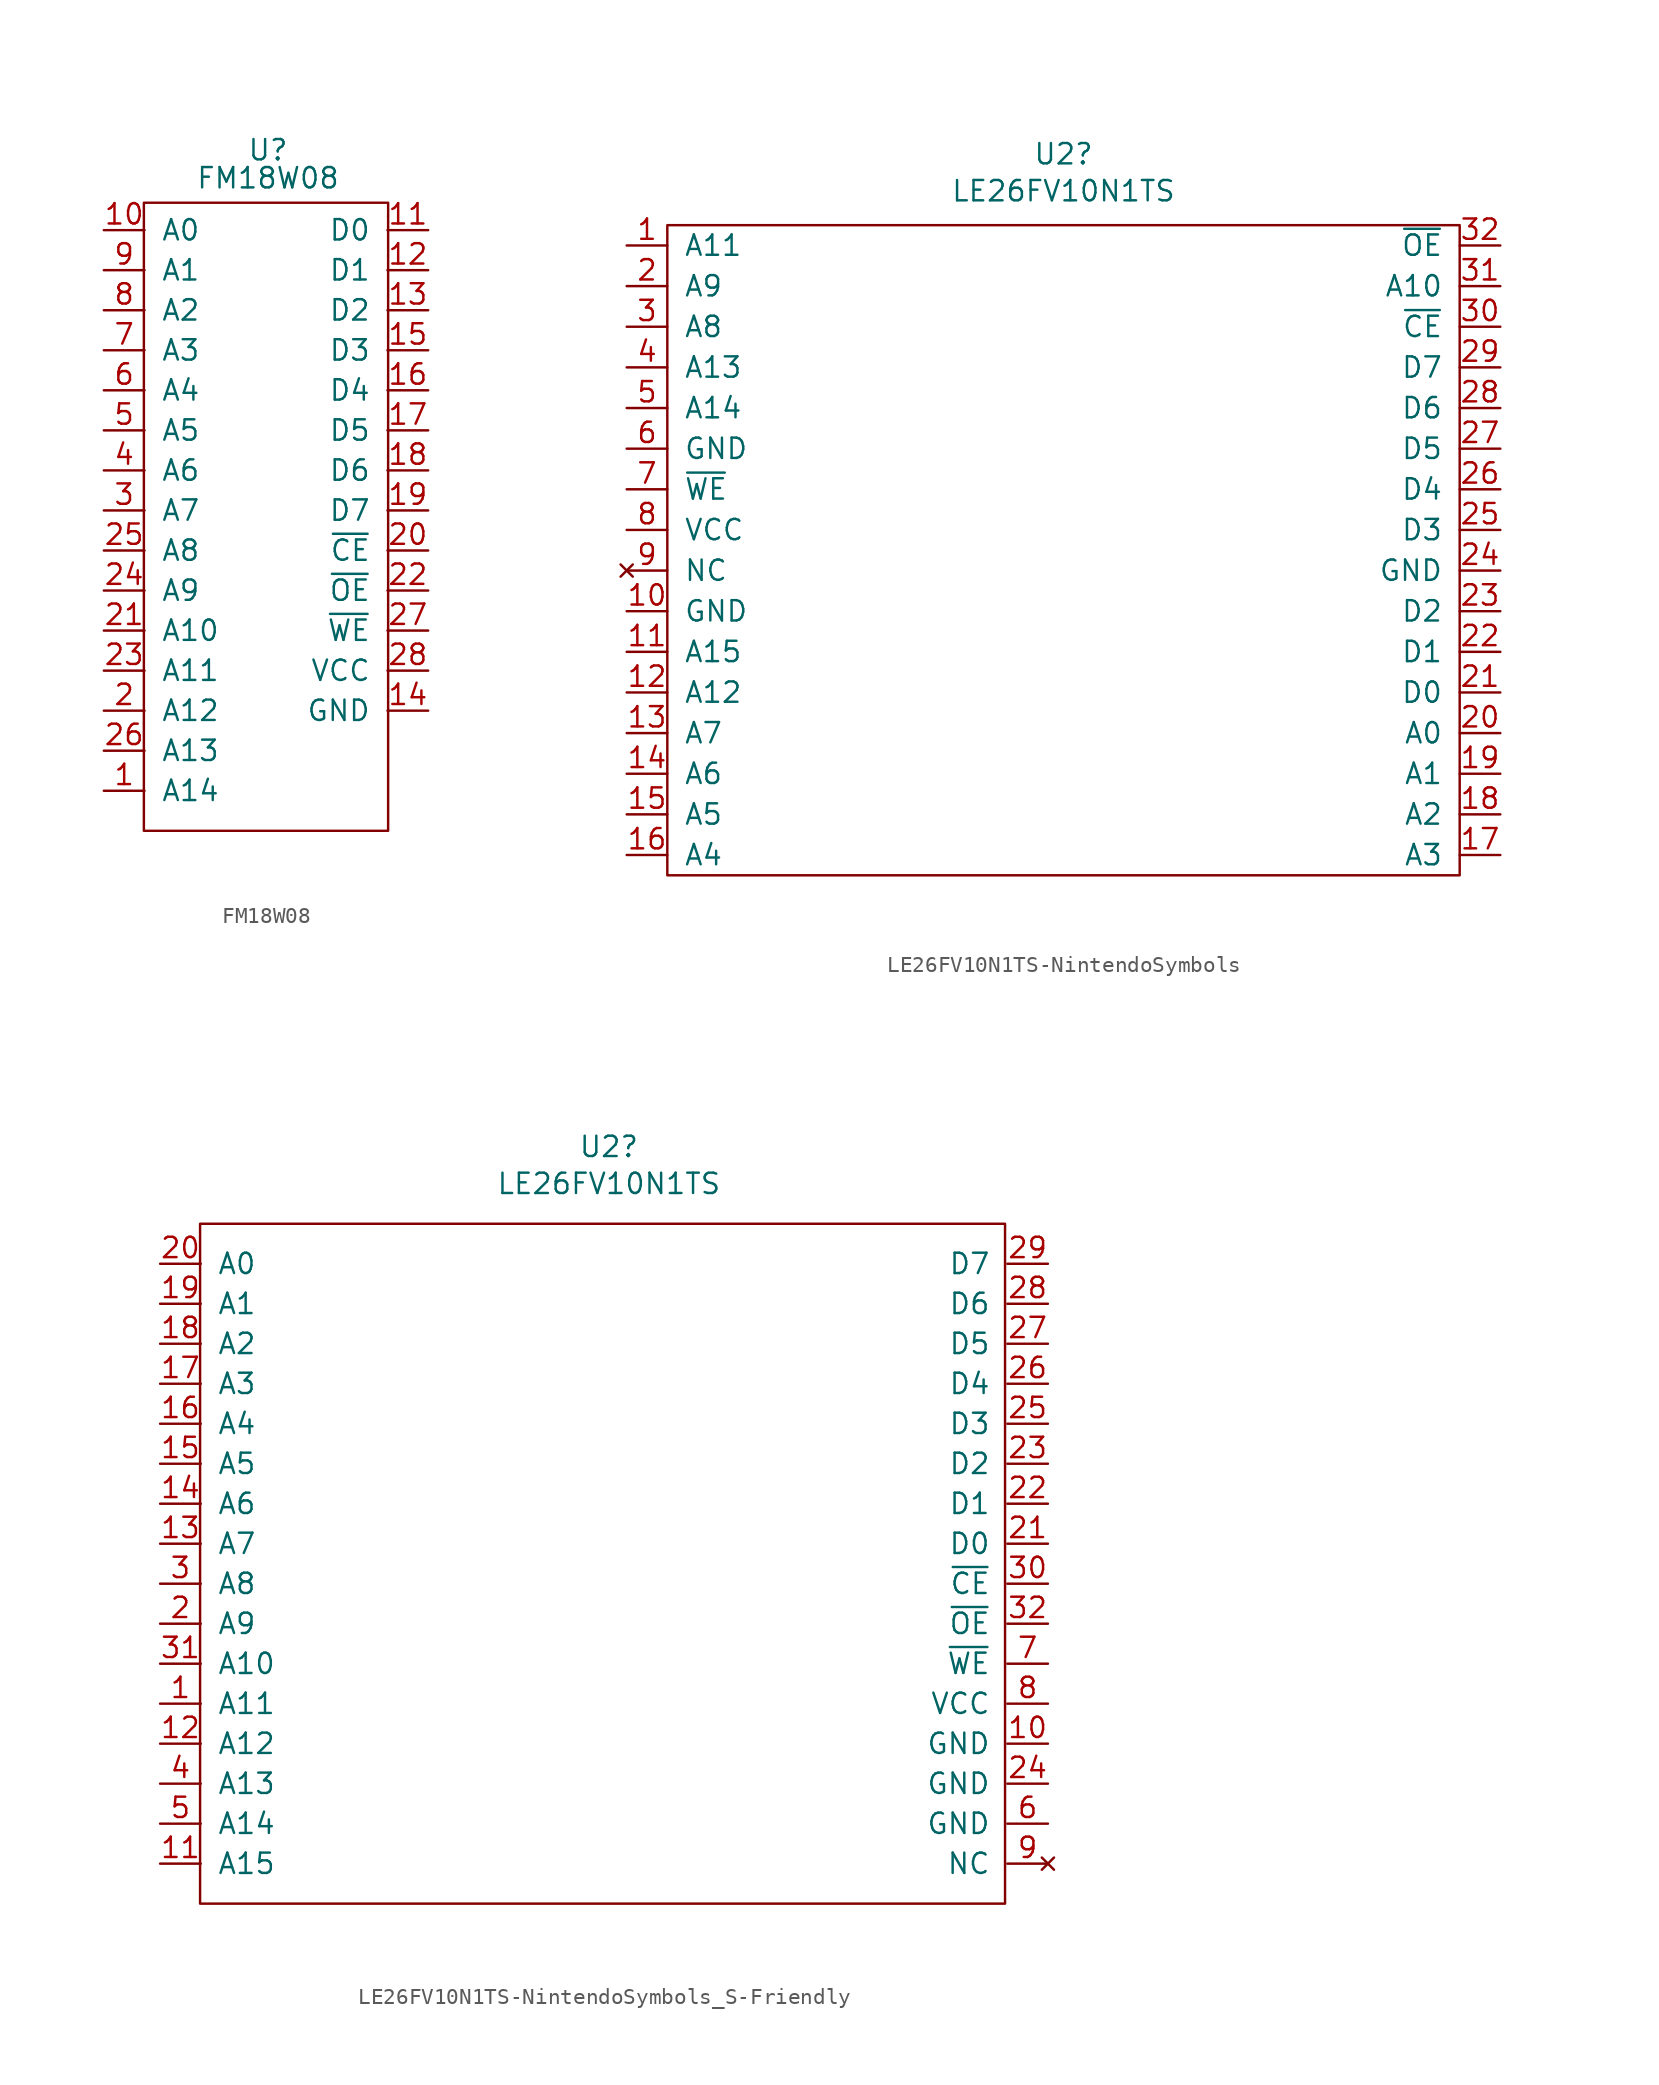
<source format=kicad_sym>
(kicad_symbol_lib
  (version 20220914)
  (generator kicad_symbol_editor)
  (symbol "FM18W08"
    (pin_names
      (offset 1.016))
    (property "Reference" "U"
      (at 0 22.5 0)
      (effects (font (size 1.27 1.27))))
    (property "Value" "FM18W08"
      (at 0 20.75 0)
      (effects (font (size 1.27 1.27))))
    (symbol "FM18W08_0_1"
      (rectangle (start -7.75 19.21) (end 7.5 -20) (stroke (width 0) (type solid)) (fill (type none))))
    (symbol "FM18W08_1_1"
      (pin unspecified line (at -10.25 -17.5 0) (length 2.54) (name "A14" (effects (font (size 1.27 1.27)))) (number "1" (effects (font (size 1.27 1.27)))))
      (pin unspecified line (at -10.25 17.5 0) (length 2.54) (name "A0" (effects (font (size 1.27 1.27)))) (number "10" (effects (font (size 1.27 1.27)))))
      (pin unspecified line (at 10 17.5 180) (length 2.54) (name "D0" (effects (font (size 1.27 1.27)))) (number "11" (effects (font (size 1.27 1.27)))))
      (pin unspecified line (at 10 15 180) (length 2.54) (name "D1" (effects (font (size 1.27 1.27)))) (number "12" (effects (font (size 1.27 1.27)))))
      (pin unspecified line (at 10 12.5 180) (length 2.54) (name "D2" (effects (font (size 1.27 1.27)))) (number "13" (effects (font (size 1.27 1.27)))))
      (pin unspecified line (at 10 -12.5 180) (length 2.54) (name "GND" (effects (font (size 1.27 1.27)))) (number "14" (effects (font (size 1.27 1.27)))))
      (pin unspecified line (at 10 10 180) (length 2.54) (name "D3" (effects (font (size 1.27 1.27)))) (number "15" (effects (font (size 1.27 1.27)))))
      (pin unspecified line (at 10 7.5 180) (length 2.54) (name "D4" (effects (font (size 1.27 1.27)))) (number "16" (effects (font (size 1.27 1.27)))))
      (pin unspecified line (at 10 5 180) (length 2.54) (name "D5" (effects (font (size 1.27 1.27)))) (number "17" (effects (font (size 1.27 1.27)))))
      (pin unspecified line (at 10 2.5 180) (length 2.54) (name "D6" (effects (font (size 1.27 1.27)))) (number "18" (effects (font (size 1.27 1.27)))))
      (pin unspecified line (at 10 0 180) (length 2.54) (name "D7" (effects (font (size 1.27 1.27)))) (number "19" (effects (font (size 1.27 1.27)))))
      (pin unspecified line (at -10.25 -12.5 0) (length 2.54) (name "A12" (effects (font (size 1.27 1.27)))) (number "2" (effects (font (size 1.27 1.27)))))
      (pin unspecified line (at 10 -2.5 180) (length 2.54) (name "~{CE}" (effects (font (size 1.27 1.27)))) (number "20" (effects (font (size 1.27 1.27)))))
      (pin unspecified line (at -10.25 -7.5 0) (length 2.54) (name "A10" (effects (font (size 1.27 1.27)))) (number "21" (effects (font (size 1.27 1.27)))))
      (pin unspecified line (at 10 -5 180) (length 2.54) (name "~{OE}" (effects (font (size 1.27 1.27)))) (number "22" (effects (font (size 1.27 1.27)))))
      (pin unspecified line (at -10.25 -10 0) (length 2.54) (name "A11" (effects (font (size 1.27 1.27)))) (number "23" (effects (font (size 1.27 1.27)))))
      (pin unspecified line (at -10.25 -5 0) (length 2.54) (name "A9" (effects (font (size 1.27 1.27)))) (number "24" (effects (font (size 1.27 1.27)))))
      (pin unspecified line (at -10.25 -2.5 0) (length 2.54) (name "A8" (effects (font (size 1.27 1.27)))) (number "25" (effects (font (size 1.27 1.27)))))
      (pin unspecified line (at -10.25 -15 0) (length 2.54) (name "A13" (effects (font (size 1.27 1.27)))) (number "26" (effects (font (size 1.27 1.27)))))
      (pin unspecified line (at 10 -7.5 180) (length 2.54) (name "~{WE}" (effects (font (size 1.27 1.27)))) (number "27" (effects (font (size 1.27 1.27)))))
      (pin unspecified line (at 10 -10 180) (length 2.54) (name "VCC" (effects (font (size 1.27 1.27)))) (number "28" (effects (font (size 1.27 1.27)))))
      (pin unspecified line (at -10.25 0 0) (length 2.54) (name "A7" (effects (font (size 1.27 1.27)))) (number "3" (effects (font (size 1.27 1.27)))))
      (pin unspecified line (at -10.25 2.5 0) (length 2.54) (name "A6" (effects (font (size 1.27 1.27)))) (number "4" (effects (font (size 1.27 1.27)))))
      (pin unspecified line (at -10.25 5 0) (length 2.54) (name "A5" (effects (font (size 1.27 1.27)))) (number "5" (effects (font (size 1.27 1.27)))))
      (pin unspecified line (at -10.25 7.5 0) (length 2.54) (name "A4" (effects (font (size 1.27 1.27)))) (number "6" (effects (font (size 1.27 1.27)))))
      (pin unspecified line (at -10.25 10 0) (length 2.54) (name "A3" (effects (font (size 1.27 1.27)))) (number "7" (effects (font (size 1.27 1.27)))))
      (pin unspecified line (at -10.25 12.5 0) (length 2.54) (name "A2" (effects (font (size 1.27 1.27)))) (number "8" (effects (font (size 1.27 1.27)))))
      (pin unspecified line (at -10.25 15 0) (length 2.54) (name "A1" (effects (font (size 1.27 1.27)))) (number "9" (effects (font (size 1.27 1.27)))))))
  (symbol "LE26FV10N1TS-NintendoSymbols"
    (pin_names
      (offset 1.016))
    (property "Reference" "U2"
      (at -0.635 9.525 0)
      (effects (font (size 1.27 1.27))))
    (property "Value" "LE26FV10N1TS"
      (at -0.635 7.214 0)
      (effects (font (size 1.27 1.27))))
    (symbol "LE26FV10N1TS-NintendoSymbols_0_1"
      (rectangle (start -25.4 5.08) (end 24.13 -35.56) (stroke (width 0) (type default)) (fill (type none))))
    (symbol "LE26FV10N1TS-NintendoSymbols_1_1"
      (pin unspecified line (at -27.94 3.81 0) (length 2.54) (name "A11" (effects (font (size 1.27 1.27)))) (number "1" (effects (font (size 1.27 1.27)))))
      (pin unspecified line (at -27.94 -19.05 0) (length 2.54) (name "GND" (effects (font (size 1.27 1.27)))) (number "10" (effects (font (size 1.27 1.27)))))
      (pin unspecified line (at -27.94 -21.59 0) (length 2.54) (name "A15" (effects (font (size 1.27 1.27)))) (number "11" (effects (font (size 1.27 1.27)))))
      (pin unspecified line (at -27.94 -24.13 0) (length 2.54) (name "A12" (effects (font (size 1.27 1.27)))) (number "12" (effects (font (size 1.27 1.27)))))
      (pin unspecified line (at -27.94 -26.67 0) (length 2.54) (name "A7" (effects (font (size 1.27 1.27)))) (number "13" (effects (font (size 1.27 1.27)))))
      (pin unspecified line (at -27.94 -29.21 0) (length 2.54) (name "A6" (effects (font (size 1.27 1.27)))) (number "14" (effects (font (size 1.27 1.27)))))
      (pin unspecified line (at -27.94 -31.75 0) (length 2.54) (name "A5" (effects (font (size 1.27 1.27)))) (number "15" (effects (font (size 1.27 1.27)))))
      (pin unspecified line (at -27.94 -34.29 0) (length 2.54) (name "A4" (effects (font (size 1.27 1.27)))) (number "16" (effects (font (size 1.27 1.27)))))
      (pin unspecified line (at 26.67 -34.29 180) (length 2.54) (name "A3" (effects (font (size 1.27 1.27)))) (number "17" (effects (font (size 1.27 1.27)))))
      (pin unspecified line (at 26.67 -31.75 180) (length 2.54) (name "A2" (effects (font (size 1.27 1.27)))) (number "18" (effects (font (size 1.27 1.27)))))
      (pin unspecified line (at 26.67 -29.21 180) (length 2.54) (name "A1" (effects (font (size 1.27 1.27)))) (number "19" (effects (font (size 1.27 1.27)))))
      (pin unspecified line (at -27.94 1.27 0) (length 2.54) (name "A9" (effects (font (size 1.27 1.27)))) (number "2" (effects (font (size 1.27 1.27)))))
      (pin unspecified line (at 26.67 -26.67 180) (length 2.54) (name "A0" (effects (font (size 1.27 1.27)))) (number "20" (effects (font (size 1.27 1.27)))))
      (pin unspecified line (at 26.67 -24.13 180) (length 2.54) (name "D0" (effects (font (size 1.27 1.27)))) (number "21" (effects (font (size 1.27 1.27)))))
      (pin unspecified line (at 26.67 -21.59 180) (length 2.54) (name "D1" (effects (font (size 1.27 1.27)))) (number "22" (effects (font (size 1.27 1.27)))))
      (pin unspecified line (at 26.67 -19.05 180) (length 2.54) (name "D2" (effects (font (size 1.27 1.27)))) (number "23" (effects (font (size 1.27 1.27)))))
      (pin unspecified line (at 26.67 -16.51 180) (length 2.54) (name "GND" (effects (font (size 1.27 1.27)))) (number "24" (effects (font (size 1.27 1.27)))))
      (pin unspecified line (at 26.67 -13.97 180) (length 2.54) (name "D3" (effects (font (size 1.27 1.27)))) (number "25" (effects (font (size 1.27 1.27)))))
      (pin unspecified line (at 26.67 -11.43 180) (length 2.54) (name "D4" (effects (font (size 1.27 1.27)))) (number "26" (effects (font (size 1.27 1.27)))))
      (pin unspecified line (at 26.67 -8.89 180) (length 2.54) (name "D5" (effects (font (size 1.27 1.27)))) (number "27" (effects (font (size 1.27 1.27)))))
      (pin unspecified line (at 26.67 -6.35 180) (length 2.54) (name "D6" (effects (font (size 1.27 1.27)))) (number "28" (effects (font (size 1.27 1.27)))))
      (pin unspecified line (at 26.67 -3.81 180) (length 2.54) (name "D7" (effects (font (size 1.27 1.27)))) (number "29" (effects (font (size 1.27 1.27)))))
      (pin unspecified line (at -27.94 -1.27 0) (length 2.54) (name "A8" (effects (font (size 1.27 1.27)))) (number "3" (effects (font (size 1.27 1.27)))))
      (pin unspecified line (at 26.67 -1.27 180) (length 2.54) (name "~{CE}" (effects (font (size 1.27 1.27)))) (number "30" (effects (font (size 1.27 1.27)))))
      (pin unspecified line (at 26.67 1.27 180) (length 2.54) (name "A10" (effects (font (size 1.27 1.27)))) (number "31" (effects (font (size 1.27 1.27)))))
      (pin unspecified line (at 26.67 3.81 180) (length 2.54) (name "~{OE}" (effects (font (size 1.27 1.27)))) (number "32" (effects (font (size 1.27 1.27)))))
      (pin unspecified line (at -27.94 -3.81 0) (length 2.54) (name "A13" (effects (font (size 1.27 1.27)))) (number "4" (effects (font (size 1.27 1.27)))))
      (pin unspecified line (at -27.94 -6.35 0) (length 2.54) (name "A14" (effects (font (size 1.27 1.27)))) (number "5" (effects (font (size 1.27 1.27)))))
      (pin unspecified line (at -27.94 -8.89 0) (length 2.54) (name "GND" (effects (font (size 1.27 1.27)))) (number "6" (effects (font (size 1.27 1.27)))))
      (pin unspecified line (at -27.94 -11.43 0) (length 2.54) (name "~{WE}" (effects (font (size 1.27 1.27)))) (number "7" (effects (font (size 1.27 1.27)))))
      (pin unspecified line (at -27.94 -13.97 0) (length 2.54) (name "VCC" (effects (font (size 1.27 1.27)))) (number "8" (effects (font (size 1.27 1.27)))))
      (pin no_connect line (at -27.94 -16.51 0) (length 2.54) (name "NC" (effects (font (size 1.27 1.27)))) (number "9" (effects (font (size 1.27 1.27)))))))
  (symbol "LE26FV10N1TS-NintendoSymbols_S-Friendly"
    (pin_names
      (offset 1.016))
    (property "Reference" "U2"
      (at 0.305 22.315 0)
      (effects (font (size 1.27 1.27))))
    (property "Value" "LE26FV10N1TS"
      (at 0.305 20.004 0)
      (effects (font (size 1.27 1.27))))
    (symbol "LE26FV10N1TS-NintendoSymbols_S-Friendly_0_1"
      (rectangle (start -25.25 17.5) (end 25.07 -25) (stroke (width 0) (type default)) (fill (type none))))
    (symbol "LE26FV10N1TS-NintendoSymbols_S-Friendly_1_1"
      (pin unspecified line (at -27.75 -12.5 0) (length 2.54) (name "A11" (effects (font (size 1.27 1.27)))) (number "1" (effects (font (size 1.27 1.27)))))
      (pin unspecified line (at 27.75 -15 180) (length 2.54) (name "GND" (effects (font (size 1.27 1.27)))) (number "10" (effects (font (size 1.27 1.27)))))
      (pin unspecified line (at -27.75 -22.5 0) (length 2.54) (name "A15" (effects (font (size 1.27 1.27)))) (number "11" (effects (font (size 1.27 1.27)))))
      (pin unspecified line (at -27.75 -15 0) (length 2.54) (name "A12" (effects (font (size 1.27 1.27)))) (number "12" (effects (font (size 1.27 1.27)))))
      (pin unspecified line (at -27.75 -2.5 0) (length 2.54) (name "A7" (effects (font (size 1.27 1.27)))) (number "13" (effects (font (size 1.27 1.27)))))
      (pin unspecified line (at -27.75 0 0) (length 2.54) (name "A6" (effects (font (size 1.27 1.27)))) (number "14" (effects (font (size 1.27 1.27)))))
      (pin unspecified line (at -27.75 2.5 0) (length 2.54) (name "A5" (effects (font (size 1.27 1.27)))) (number "15" (effects (font (size 1.27 1.27)))))
      (pin unspecified line (at -27.75 5 0) (length 2.54) (name "A4" (effects (font (size 1.27 1.27)))) (number "16" (effects (font (size 1.27 1.27)))))
      (pin unspecified line (at -27.75 7.5 0) (length 2.54) (name "A3" (effects (font (size 1.27 1.27)))) (number "17" (effects (font (size 1.27 1.27)))))
      (pin unspecified line (at -27.75 10 0) (length 2.54) (name "A2" (effects (font (size 1.27 1.27)))) (number "18" (effects (font (size 1.27 1.27)))))
      (pin unspecified line (at -27.75 12.5 0) (length 2.54) (name "A1" (effects (font (size 1.27 1.27)))) (number "19" (effects (font (size 1.27 1.27)))))
      (pin unspecified line (at -27.75 -7.5 0) (length 2.54) (name "A9" (effects (font (size 1.27 1.27)))) (number "2" (effects (font (size 1.27 1.27)))))
      (pin unspecified line (at -27.75 15 0) (length 2.54) (name "A0" (effects (font (size 1.27 1.27)))) (number "20" (effects (font (size 1.27 1.27)))))
      (pin unspecified line (at 27.75 -2.5 180) (length 2.54) (name "D0" (effects (font (size 1.27 1.27)))) (number "21" (effects (font (size 1.27 1.27)))))
      (pin unspecified line (at 27.75 0 180) (length 2.54) (name "D1" (effects (font (size 1.27 1.27)))) (number "22" (effects (font (size 1.27 1.27)))))
      (pin unspecified line (at 27.75 2.5 180) (length 2.54) (name "D2" (effects (font (size 1.27 1.27)))) (number "23" (effects (font (size 1.27 1.27)))))
      (pin unspecified line (at 27.75 -17.5 180) (length 2.54) (name "GND" (effects (font (size 1.27 1.27)))) (number "24" (effects (font (size 1.27 1.27)))))
      (pin unspecified line (at 27.75 5 180) (length 2.54) (name "D3" (effects (font (size 1.27 1.27)))) (number "25" (effects (font (size 1.27 1.27)))))
      (pin unspecified line (at 27.75 7.5 180) (length 2.54) (name "D4" (effects (font (size 1.27 1.27)))) (number "26" (effects (font (size 1.27 1.27)))))
      (pin unspecified line (at 27.75 10 180) (length 2.54) (name "D5" (effects (font (size 1.27 1.27)))) (number "27" (effects (font (size 1.27 1.27)))))
      (pin unspecified line (at 27.75 12.5 180) (length 2.54) (name "D6" (effects (font (size 1.27 1.27)))) (number "28" (effects (font (size 1.27 1.27)))))
      (pin unspecified line (at 27.75 15 180) (length 2.54) (name "D7" (effects (font (size 1.27 1.27)))) (number "29" (effects (font (size 1.27 1.27)))))
      (pin unspecified line (at -27.75 -5 0) (length 2.54) (name "A8" (effects (font (size 1.27 1.27)))) (number "3" (effects (font (size 1.27 1.27)))))
      (pin unspecified line (at 27.75 -5 180) (length 2.54) (name "~{CE}" (effects (font (size 1.27 1.27)))) (number "30" (effects (font (size 1.27 1.27)))))
      (pin unspecified line (at -27.75 -10 0) (length 2.54) (name "A10" (effects (font (size 1.27 1.27)))) (number "31" (effects (font (size 1.27 1.27)))))
      (pin unspecified line (at 27.75 -7.5 180) (length 2.54) (name "~{OE}" (effects (font (size 1.27 1.27)))) (number "32" (effects (font (size 1.27 1.27)))))
      (pin unspecified line (at -27.75 -17.5 0) (length 2.54) (name "A13" (effects (font (size 1.27 1.27)))) (number "4" (effects (font (size 1.27 1.27)))))
      (pin unspecified line (at -27.75 -20 0) (length 2.54) (name "A14" (effects (font (size 1.27 1.27)))) (number "5" (effects (font (size 1.27 1.27)))))
      (pin unspecified line (at 27.75 -20 180) (length 2.54) (name "GND" (effects (font (size 1.27 1.27)))) (number "6" (effects (font (size 1.27 1.27)))))
      (pin unspecified line (at 27.75 -10 180) (length 2.54) (name "~{WE}" (effects (font (size 1.27 1.27)))) (number "7" (effects (font (size 1.27 1.27)))))
      (pin unspecified line (at 27.75 -12.5 180) (length 2.54) (name "VCC" (effects (font (size 1.27 1.27)))) (number "8" (effects (font (size 1.27 1.27)))))
      (pin no_connect line (at 27.75 -22.5 180) (length 2.54) (name "NC" (effects (font (size 1.27 1.27)))) (number "9" (effects (font (size 1.27 1.27))))))))
</source>
